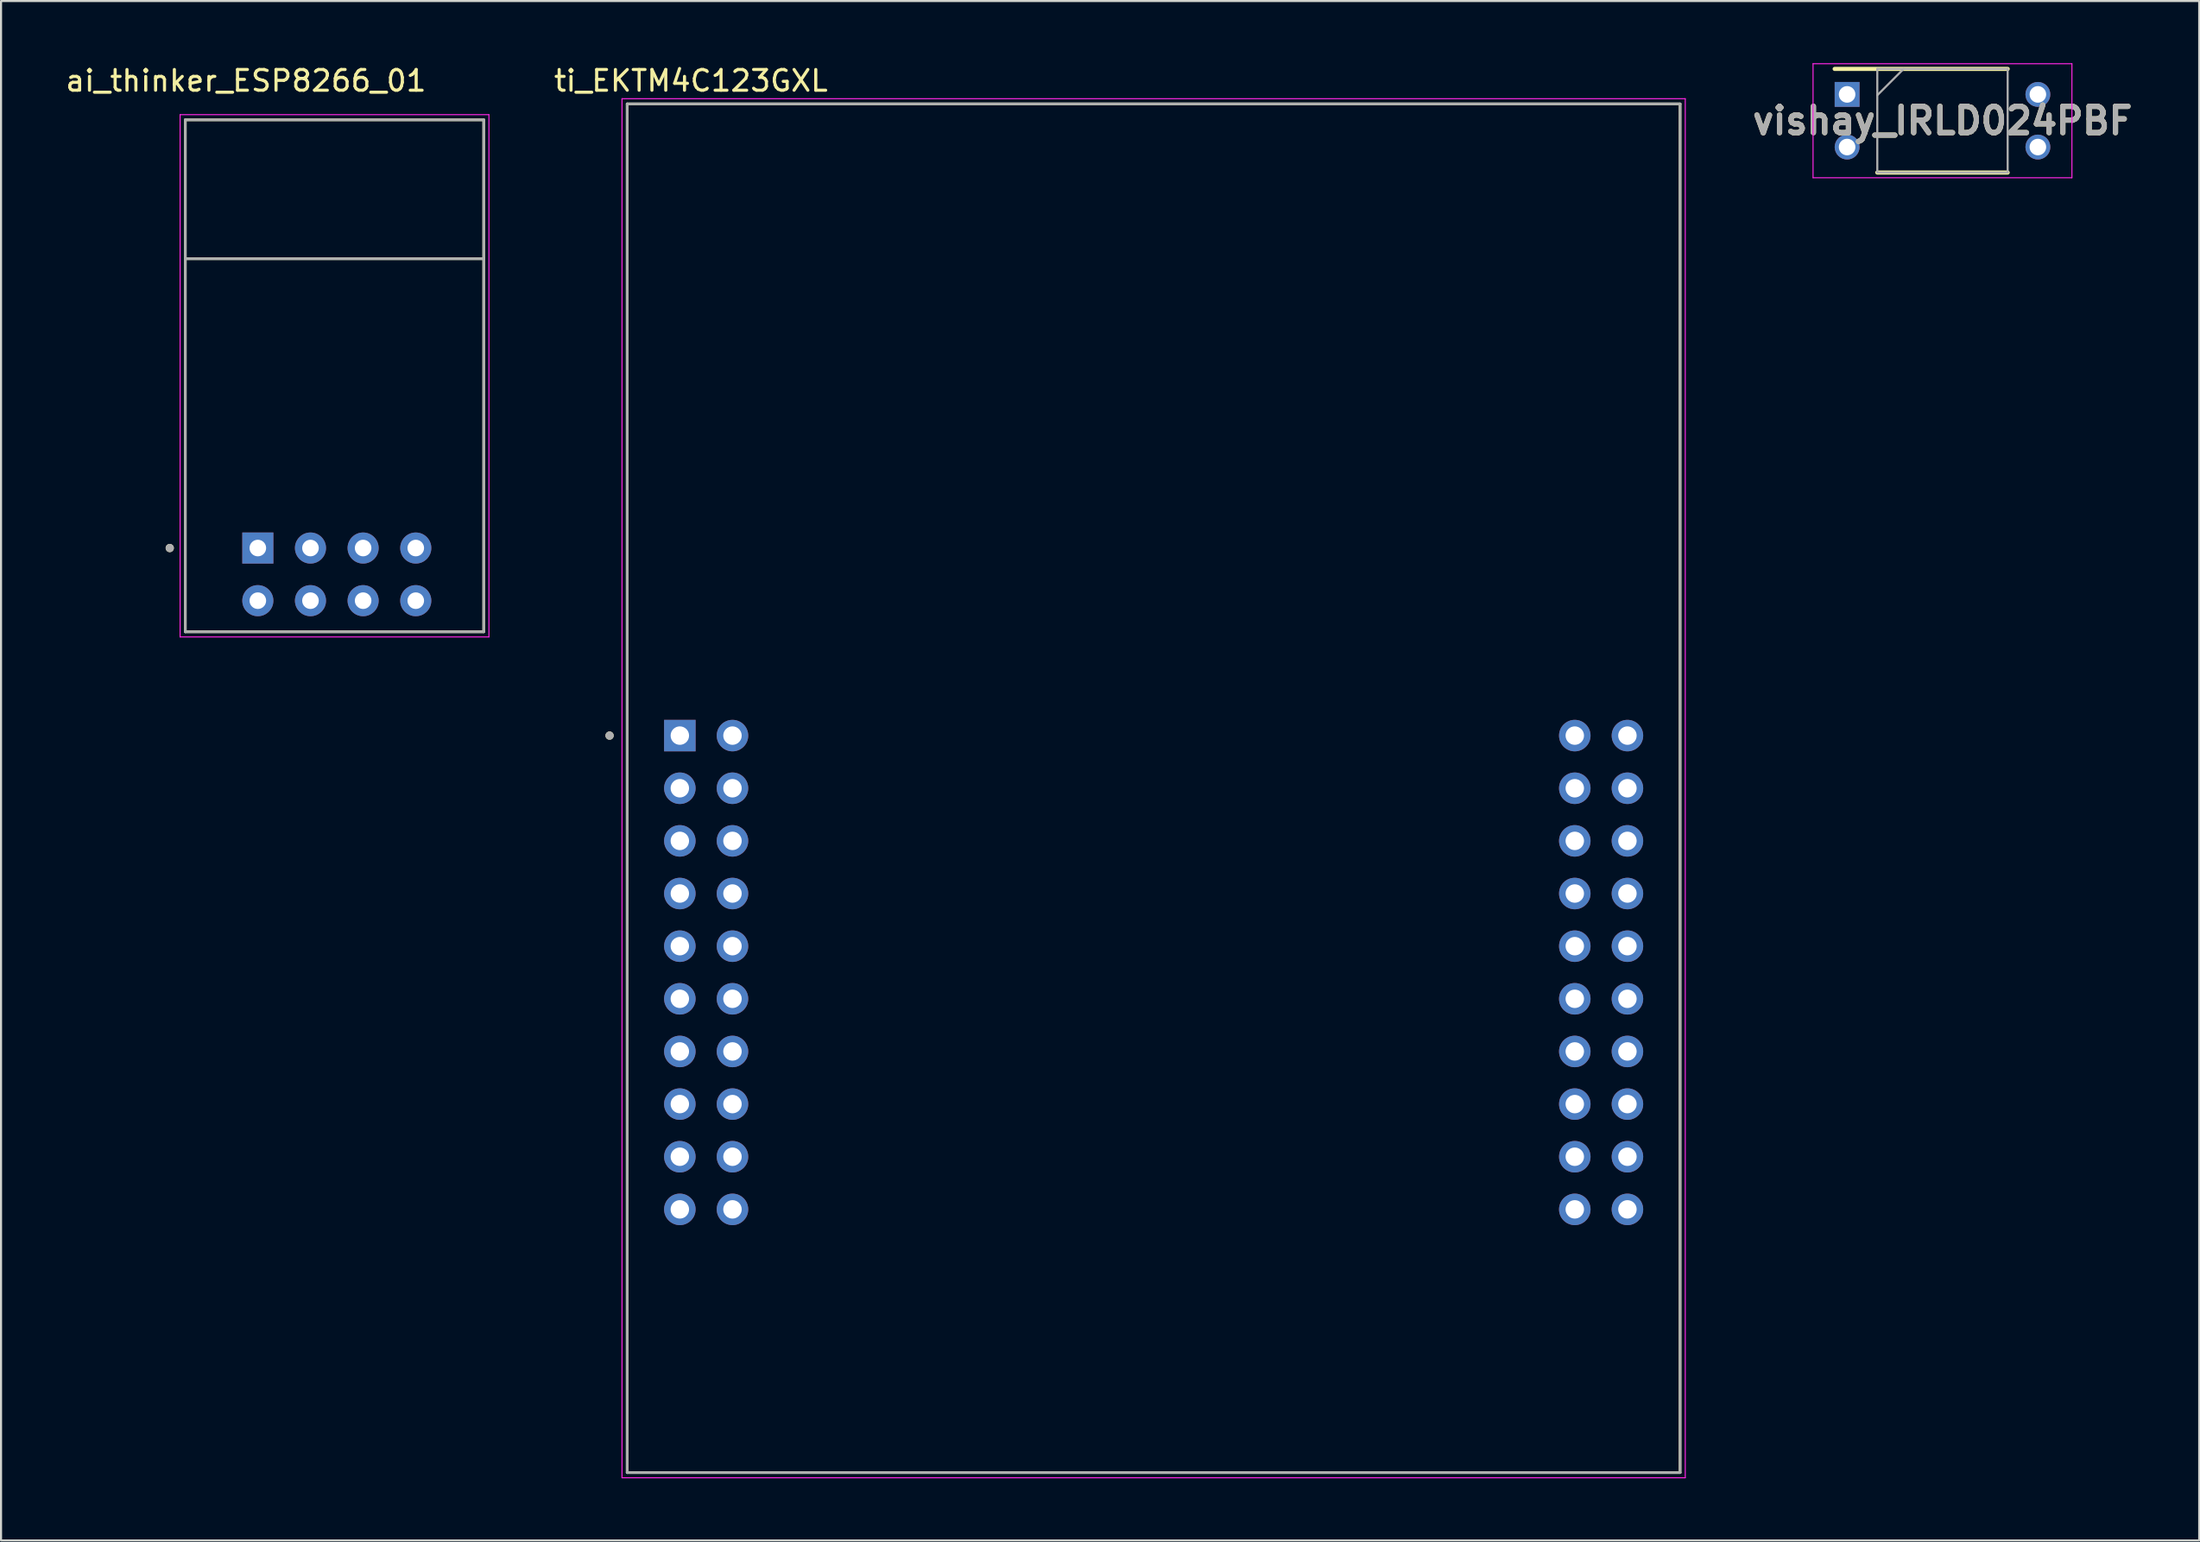
<source format=kicad_pcb>
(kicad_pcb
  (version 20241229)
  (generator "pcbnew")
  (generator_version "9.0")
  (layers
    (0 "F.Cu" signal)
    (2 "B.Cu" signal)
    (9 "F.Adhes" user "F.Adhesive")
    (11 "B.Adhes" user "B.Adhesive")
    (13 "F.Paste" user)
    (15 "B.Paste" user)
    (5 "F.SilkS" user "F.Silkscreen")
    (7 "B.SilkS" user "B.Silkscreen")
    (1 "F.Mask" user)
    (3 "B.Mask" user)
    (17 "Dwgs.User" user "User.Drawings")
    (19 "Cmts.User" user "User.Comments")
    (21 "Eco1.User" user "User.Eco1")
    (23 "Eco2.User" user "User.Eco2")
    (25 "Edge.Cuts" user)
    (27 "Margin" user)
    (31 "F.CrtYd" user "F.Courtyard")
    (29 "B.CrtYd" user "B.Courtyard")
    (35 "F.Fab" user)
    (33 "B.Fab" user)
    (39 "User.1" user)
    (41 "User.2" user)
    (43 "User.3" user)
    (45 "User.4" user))
  (footprint "ti_EKTM4C123GXL"
    (layer "F.Cu")
    (at 52.611 34.983)
    (property "Reference" "ti_EKTM4C123GXL" (at -22.325 -34.135 0) (layer "F.SilkS") (effects (font (size 1 1) (thickness 0.15))))
    (attr through_hole)
    (fp_line (start -25.4 -33.02) (end -25.4 33.02) (stroke (width 0.127) (type solid)) (layer "F.SilkS"))
    (fp_line (start -25.4 33.02) (end 25.4 33.02) (stroke (width 0.127) (type solid)) (layer "F.SilkS"))
    (fp_line (start 25.4 -33.02) (end -25.4 -33.02) (stroke (width 0.127) (type solid)) (layer "F.SilkS"))
    (fp_line (start 25.4 33.02) (end 25.4 -33.02) (stroke (width 0.127) (type solid)) (layer "F.SilkS"))
    (fp_circle (center -26.25 -2.54) (end -26.15 -2.54) (stroke (width 0.2) (type solid)) (fill no) (layer "F.SilkS"))
    (fp_line (start -25.65 -33.27) (end 25.65 -33.27) (stroke (width 0.05) (type solid)) (layer "F.CrtYd"))
    (fp_line (start -25.65 33.27) (end -25.65 -33.27) (stroke (width 0.05) (type solid)) (layer "F.CrtYd"))
    (fp_line (start 25.65 -33.27) (end 25.65 33.27) (stroke (width 0.05) (type solid)) (layer "F.CrtYd"))
    (fp_line (start 25.65 33.27) (end -25.65 33.27) (stroke (width 0.05) (type solid)) (layer "F.CrtYd"))
    (fp_line (start -25.4 -33.02) (end -25.4 33.02) (stroke (width 0.127) (type solid)) (layer "F.Fab"))
    (fp_line (start -25.4 33.02) (end 25.4 33.02) (stroke (width 0.127) (type solid)) (layer "F.Fab"))
    (fp_line (start 25.4 -33.02) (end -25.4 -33.02) (stroke (width 0.127) (type solid)) (layer "F.Fab"))
    (fp_line (start 25.4 33.02) (end 25.4 -33.02) (stroke (width 0.127) (type solid)) (layer "F.Fab"))
    (fp_circle (center -26.25 -2.54) (end -26.15 -2.54) (stroke (width 0.2) (type solid)) (fill no) (layer "F.Fab"))
    (pad "J1_1" thru_hole rect (at -22.86 -2.54) (size 1.52 1.52) (drill 0.89) (layers "*.Cu" "*.Mask"))
    (pad "J1_2" thru_hole circle (at -22.86 0) (size 1.52 1.52) (drill 0.89) (layers "*.Cu" "*.Mask"))
    (pad "J1_3" thru_hole circle (at -22.86 2.54) (size 1.52 1.52) (drill 0.89) (layers "*.Cu" "*.Mask"))
    (pad "J1_4" thru_hole circle (at -22.86 5.08) (size 1.52 1.52) (drill 0.89) (layers "*.Cu" "*.Mask"))
    (pad "J1_5" thru_hole circle (at -22.86 7.62) (size 1.52 1.52) (drill 0.89) (layers "*.Cu" "*.Mask"))
    (pad "J1_6" thru_hole circle (at -22.86 10.16) (size 1.52 1.52) (drill 0.89) (layers "*.Cu" "*.Mask"))
    (pad "J1_7" thru_hole circle (at -22.86 12.7) (size 1.52 1.52) (drill 0.89) (layers "*.Cu" "*.Mask"))
    (pad "J1_8" thru_hole circle (at -22.86 15.24) (size 1.52 1.52) (drill 0.89) (layers "*.Cu" "*.Mask"))
    (pad "J1_9" thru_hole circle (at -22.86 17.78) (size 1.52 1.52) (drill 0.89) (layers "*.Cu" "*.Mask"))
    (pad "J1_10" thru_hole circle (at -22.86 20.32) (size 1.52 1.52) (drill 0.89) (layers "*.Cu" "*.Mask"))
    (pad "J2_1" thru_hole circle (at 22.86 -2.54) (size 1.52 1.52) (drill 0.89) (layers "*.Cu" "*.Mask"))
    (pad "J2_2" thru_hole circle (at 22.86 0) (size 1.52 1.52) (drill 0.89) (layers "*.Cu" "*.Mask"))
    (pad "J2_3" thru_hole circle (at 22.86 2.54) (size 1.52 1.52) (drill 0.89) (layers "*.Cu" "*.Mask"))
    (pad "J2_4" thru_hole circle (at 22.86 5.08) (size 1.52 1.52) (drill 0.89) (layers "*.Cu" "*.Mask"))
    (pad "J2_5" thru_hole circle (at 22.86 7.62) (size 1.52 1.52) (drill 0.89) (layers "*.Cu" "*.Mask"))
    (pad "J2_6" thru_hole circle (at 22.86 10.16) (size 1.52 1.52) (drill 0.89) (layers "*.Cu" "*.Mask"))
    (pad "J2_7" thru_hole circle (at 22.86 12.7) (size 1.52 1.52) (drill 0.89) (layers "*.Cu" "*.Mask"))
    (pad "J2_8" thru_hole circle (at 22.86 15.24) (size 1.52 1.52) (drill 0.89) (layers "*.Cu" "*.Mask"))
    (pad "J2_9" thru_hole circle (at 22.86 17.78) (size 1.52 1.52) (drill 0.89) (layers "*.Cu" "*.Mask"))
    (pad "J2_10" thru_hole circle (at 22.86 20.32) (size 1.52 1.52) (drill 0.89) (layers "*.Cu" "*.Mask"))
    (pad "J3_1" thru_hole circle (at -20.32 -2.54) (size 1.52 1.52) (drill 0.89) (layers "*.Cu" "*.Mask"))
    (pad "J3_2" thru_hole circle (at -20.32 0) (size 1.52 1.52) (drill 0.89) (layers "*.Cu" "*.Mask"))
    (pad "J3_3" thru_hole circle (at -20.32 2.54) (size 1.52 1.52) (drill 0.89) (layers "*.Cu" "*.Mask"))
    (pad "J3_4" thru_hole circle (at -20.32 5.08) (size 1.52 1.52) (drill 0.89) (layers "*.Cu" "*.Mask"))
    (pad "J3_5" thru_hole circle (at -20.32 7.62) (size 1.52 1.52) (drill 0.89) (layers "*.Cu" "*.Mask"))
    (pad "J3_6" thru_hole circle (at -20.32 10.16) (size 1.52 1.52) (drill 0.89) (layers "*.Cu" "*.Mask"))
    (pad "J3_7" thru_hole circle (at -20.32 12.7) (size 1.52 1.52) (drill 0.89) (layers "*.Cu" "*.Mask"))
    (pad "J3_8" thru_hole circle (at -20.32 15.24) (size 1.52 1.52) (drill 0.89) (layers "*.Cu" "*.Mask"))
    (pad "J3_9" thru_hole circle (at -20.32 17.78) (size 1.52 1.52) (drill 0.89) (layers "*.Cu" "*.Mask"))
    (pad "J3_10" thru_hole circle (at -20.32 20.32) (size 1.52 1.52) (drill 0.89) (layers "*.Cu" "*.Mask"))
    (pad "J4_1" thru_hole circle (at 20.32 -2.54) (size 1.52 1.52) (drill 0.89) (layers "*.Cu" "*.Mask"))
    (pad "J4_2" thru_hole circle (at 20.32 0) (size 1.52 1.52) (drill 0.89) (layers "*.Cu" "*.Mask"))
    (pad "J4_3" thru_hole circle (at 20.32 2.54) (size 1.52 1.52) (drill 0.89) (layers "*.Cu" "*.Mask"))
    (pad "J4_4" thru_hole circle (at 20.32 5.08) (size 1.52 1.52) (drill 0.89) (layers "*.Cu" "*.Mask"))
    (pad "J4_5" thru_hole circle (at 20.32 7.62) (size 1.52 1.52) (drill 0.89) (layers "*.Cu" "*.Mask"))
    (pad "J4_6" thru_hole circle (at 20.32 10.16) (size 1.52 1.52) (drill 0.89) (layers "*.Cu" "*.Mask"))
    (pad "J4_7" thru_hole circle (at 20.32 12.7) (size 1.52 1.52) (drill 0.89) (layers "*.Cu" "*.Mask"))
    (pad "J4_8" thru_hole circle (at 20.32 15.24) (size 1.52 1.52) (drill 0.89) (layers "*.Cu" "*.Mask"))
    (pad "J4_9" thru_hole circle (at 20.32 17.78) (size 1.52 1.52) (drill 0.89) (layers "*.Cu" "*.Mask"))
    (pad "J4_10" thru_hole circle (at 20.32 20.32) (size 1.52 1.52) (drill 0.89) (layers "*.Cu" "*.Mask")))
  (footprint "vishay_IRLD024PBF"
    (layer "F.Cu")
    (at 90.672 2.775)
    (property "Reference" "vishay_IRLD024PBF" (at 0 0 0) (layer "F.SilkS") (effects (font (size 1.27 1.27) (thickness 0.254))))
    (attr through_hole)
    (fp_line (start -5.202 -2.5) (end 3.145 -2.5) (stroke (width 0.2) (type solid)) (layer "F.SilkS"))
    (fp_line (start -3.145 2.5) (end 3.145 2.5) (stroke (width 0.2) (type solid)) (layer "F.SilkS"))
    (fp_line (start -6.245 -2.75) (end 6.245 -2.75) (stroke (width 0.05) (type solid)) (layer "F.CrtYd"))
    (fp_line (start -6.245 2.75) (end -6.245 -2.75) (stroke (width 0.05) (type solid)) (layer "F.CrtYd"))
    (fp_line (start 6.245 -2.75) (end 6.245 2.75) (stroke (width 0.05) (type solid)) (layer "F.CrtYd"))
    (fp_line (start 6.245 2.75) (end -6.245 2.75) (stroke (width 0.05) (type solid)) (layer "F.CrtYd"))
    (fp_line (start -3.145 -2.5) (end 3.145 -2.5) (stroke (width 0.1) (type solid)) (layer "F.Fab"))
    (fp_line (start -3.145 -1.23) (end -1.875 -2.5) (stroke (width 0.1) (type solid)) (layer "F.Fab"))
    (fp_line (start -3.145 2.5) (end -3.145 -2.5) (stroke (width 0.1) (type solid)) (layer "F.Fab"))
    (fp_line (start 3.145 -2.5) (end 3.145 2.5) (stroke (width 0.1) (type solid)) (layer "F.Fab"))
    (fp_line (start 3.145 2.5) (end -3.145 2.5) (stroke (width 0.1) (type solid)) (layer "F.Fab"))
    (fp_text user "${REFERENCE}" (at 0 0 0) (layer "F.Fab") (effects (font (size 1.27 1.27) (thickness 0.254))))
    (pad "1" thru_hole rect (at -4.602 -1.27) (size 1.2 1.2) (drill 0.8) (layers "*.Cu" "*.Mask"))
    (pad "1" thru_hole circle (at -4.602 1.27) (size 1.2 1.2) (drill 0.8) (layers "*.Cu" "*.Mask"))
    (pad "2" thru_hole circle (at 4.602 1.27) (size 1.2 1.2) (drill 0.8) (layers "*.Cu" "*.Mask"))
    (pad "3" thru_hole circle (at 4.602 -1.27) (size 1.2 1.2) (drill 0.8) (layers "*.Cu" "*.Mask")))
  (footprint "ai_thinker_ESP8266_01"
    (layer "F.Cu")
    (at 13.2 15.083)
    (property "Reference" "ai_thinker_ESP8266_01" (at -4.385 -14.235 0) (layer "F.SilkS") (effects (font (size 1 1) (thickness 0.15))))
    (attr through_hole)
    (fp_line (start -7.31 -12.35) (end 7.09 -12.35) (stroke (width 0.127) (type solid)) (layer "F.SilkS"))
    (fp_line (start -7.31 -5.65) (end -7.31 -12.35) (stroke (width 0.127) (type solid)) (layer "F.SilkS"))
    (fp_line (start -7.31 12.35) (end -7.31 -5.65) (stroke (width 0.127) (type solid)) (layer "F.SilkS"))
    (fp_line (start 7.09 -12.35) (end 7.09 -5.65) (stroke (width 0.127) (type solid)) (layer "F.SilkS"))
    (fp_line (start 7.09 -5.65) (end -7.31 -5.65) (stroke (width 0.127) (type solid)) (layer "F.SilkS"))
    (fp_line (start 7.09 -5.65) (end 7.09 12.35) (stroke (width 0.127) (type solid)) (layer "F.SilkS"))
    (fp_line (start 7.09 12.35) (end -7.31 12.35) (stroke (width 0.127) (type solid)) (layer "F.SilkS"))
    (fp_circle (center -8.06 8.31) (end -7.96 8.31) (stroke (width 0.2) (type solid)) (fill no) (layer "F.SilkS"))
    (fp_line (start -7.56 -12.6) (end -7.56 12.6) (stroke (width 0.05) (type solid)) (layer "F.CrtYd"))
    (fp_line (start -7.56 12.6) (end 7.34 12.6) (stroke (width 0.05) (type solid)) (layer "F.CrtYd"))
    (fp_line (start 7.34 -12.6) (end -7.56 -12.6) (stroke (width 0.05) (type solid)) (layer "F.CrtYd"))
    (fp_line (start 7.34 12.6) (end 7.34 -12.6) (stroke (width 0.05) (type solid)) (layer "F.CrtYd"))
    (fp_line (start -7.31 -12.35) (end 7.09 -12.35) (stroke (width 0.127) (type solid)) (layer "F.Fab"))
    (fp_line (start -7.31 -5.65) (end -7.31 -12.35) (stroke (width 0.127) (type solid)) (layer "F.Fab"))
    (fp_line (start -7.31 12.35) (end -7.31 -5.65) (stroke (width 0.127) (type solid)) (layer "F.Fab"))
    (fp_line (start 7.09 -12.35) (end 7.09 -5.65) (stroke (width 0.127) (type solid)) (layer "F.Fab"))
    (fp_line (start 7.09 -5.65) (end -7.31 -5.65) (stroke (width 0.127) (type solid)) (layer "F.Fab"))
    (fp_line (start 7.09 -5.65) (end 7.09 12.35) (stroke (width 0.127) (type solid)) (layer "F.Fab"))
    (fp_line (start 7.09 12.35) (end -7.31 12.35) (stroke (width 0.127) (type solid)) (layer "F.Fab"))
    (fp_circle (center -8.06 8.31) (end -7.96 8.31) (stroke (width 0.2) (type solid)) (fill no) (layer "F.Fab"))
    (pad "1" thru_hole rect (at -3.81 8.31) (size 1.5 1.5) (drill 0.8) (layers "*.Cu" "*.Mask"))
    (pad "2" thru_hole circle (at -1.27 8.31) (size 1.5 1.5) (drill 0.8) (layers "*.Cu" "*.Mask"))
    (pad "3" thru_hole circle (at 1.27 8.31) (size 1.5 1.5) (drill 0.8) (layers "*.Cu" "*.Mask"))
    (pad "4" thru_hole circle (at 3.81 8.31) (size 1.5 1.5) (drill 0.8) (layers "*.Cu" "*.Mask"))
    (pad "5" thru_hole circle (at -3.81 10.85) (size 1.5 1.5) (drill 0.8) (layers "*.Cu" "*.Mask"))
    (pad "6" thru_hole circle (at -1.27 10.85) (size 1.5 1.5) (drill 0.8) (layers "*.Cu" "*.Mask"))
    (pad "7" thru_hole circle (at 1.27 10.85) (size 1.5 1.5) (drill 0.8) (layers "*.Cu" "*.Mask"))
    (pad "8" thru_hole circle (at 3.81 10.85) (size 1.5 1.5) (drill 0.8) (layers "*.Cu" "*.Mask"))
    (zone (net_name "") (layer "F.Cu") (hatch full 0.508) (connect_pads) (min_thickness 0.01) (filled_areas_thickness no) (keepout (tracks not_allowed) (vias not_allowed) (pads not_allowed) (copperpour not_allowed) (footprints allowed)) (placement (enabled no)) (fill) (polygon (pts (xy 5.89 2.733) (xy 20.29 2.733) (xy 20.29 9.433) (xy 5.89 9.433))))
    (zone (net_name "") (layers "F.Cu" "B.Cu") (hatch full 0.508) (connect_pads) (min_thickness 0.01) (filled_areas_thickness no) (keepout (tracks allowed) (vias not_allowed) (pads allowed) (copperpour allowed) (footprints allowed)) (placement (enabled no)) (fill) (polygon (pts (xy 5.89 2.733) (xy 20.29 2.733) (xy 20.29 9.433) (xy 5.89 9.433)))))
  (gr_rect
    (start -3 -3)
    (end 103.058 71.278)
    (stroke (width 0.1) (type default))
    (fill no)
    (layer "Edge.Cuts")))
</source>
